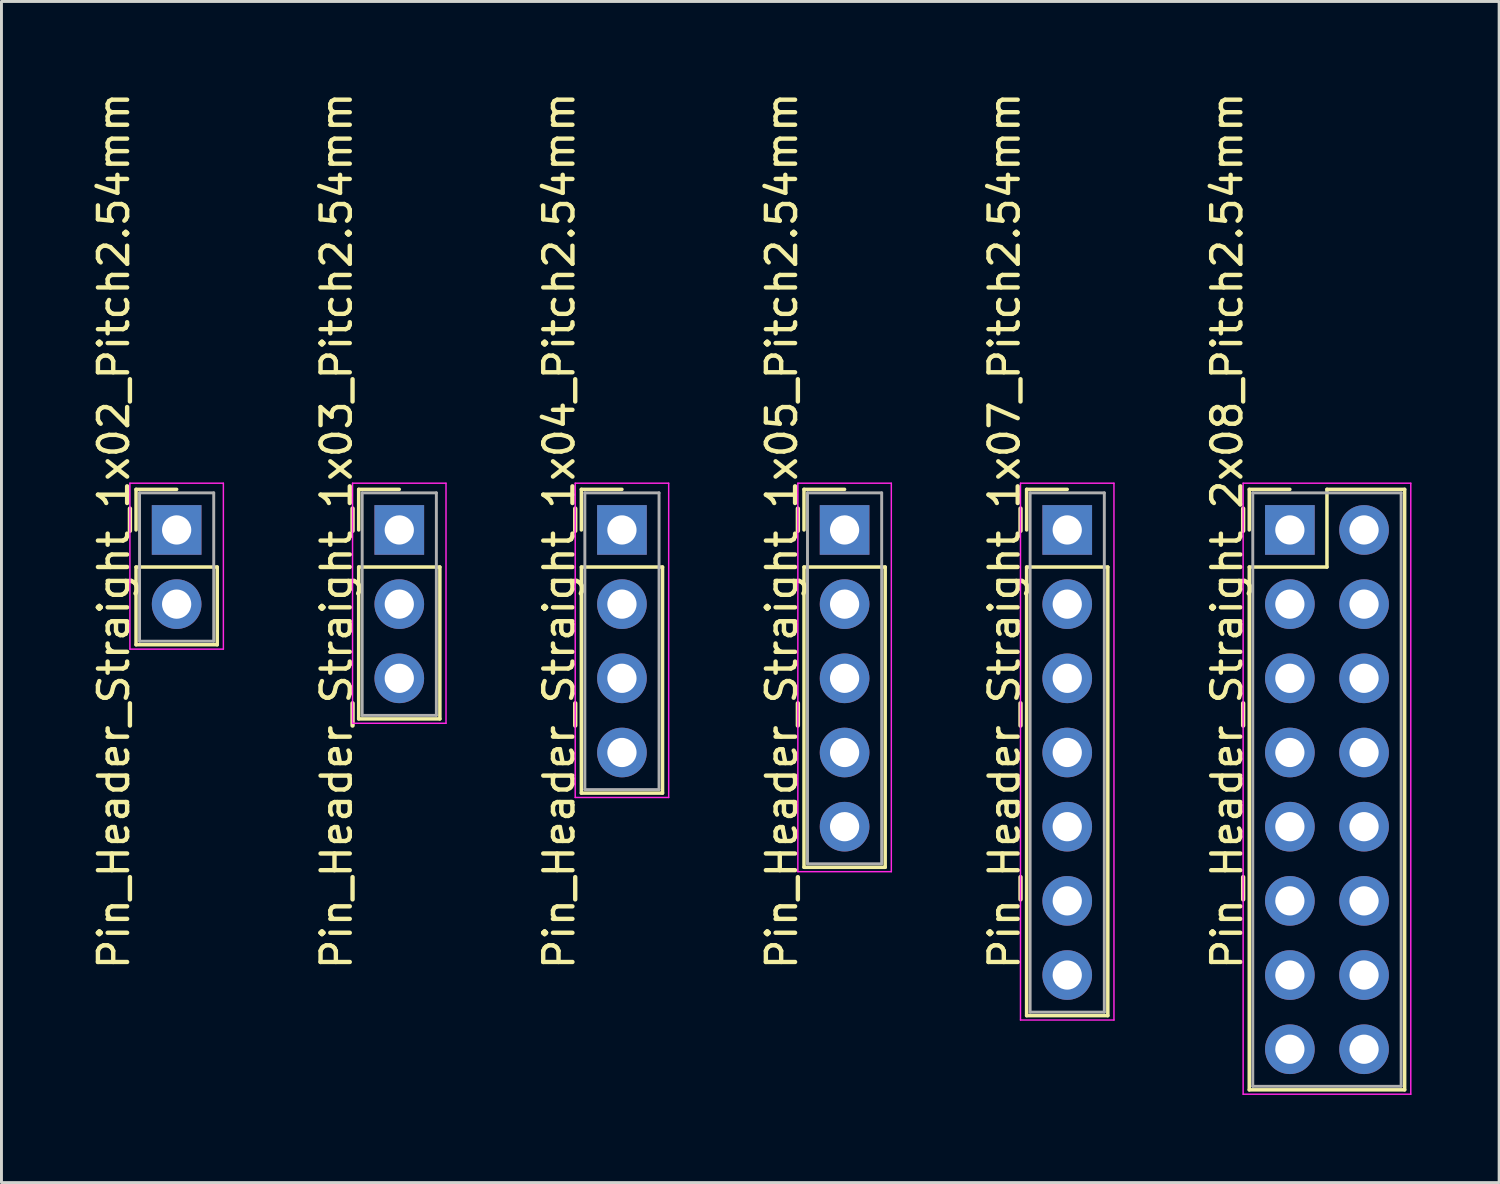
<source format=kicad_pcb>
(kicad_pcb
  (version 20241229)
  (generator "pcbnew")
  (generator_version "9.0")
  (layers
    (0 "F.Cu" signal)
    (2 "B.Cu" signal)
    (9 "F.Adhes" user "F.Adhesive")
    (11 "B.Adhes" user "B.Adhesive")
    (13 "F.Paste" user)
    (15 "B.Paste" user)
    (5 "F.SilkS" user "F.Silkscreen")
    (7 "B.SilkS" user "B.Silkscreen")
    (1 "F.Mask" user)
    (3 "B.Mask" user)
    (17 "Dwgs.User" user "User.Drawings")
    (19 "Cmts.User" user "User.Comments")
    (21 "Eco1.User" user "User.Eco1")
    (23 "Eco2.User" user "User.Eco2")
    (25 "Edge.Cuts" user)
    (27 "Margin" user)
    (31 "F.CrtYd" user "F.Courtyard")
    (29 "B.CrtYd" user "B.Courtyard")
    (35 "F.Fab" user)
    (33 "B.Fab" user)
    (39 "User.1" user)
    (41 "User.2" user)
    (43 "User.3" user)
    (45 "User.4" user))
  (footprint "Pin_Header_Straight_1x05_Pitch2.54mm"
    (layer "F.Cu")
    (at 25.868 15.095)
    (property "Reference" "Pin_Header_Straight_1x05_Pitch2.54mm" (at -2.15 0.03 90) (layer "F.SilkS") (effects (font (size 1 1) (thickness 0.15))))
    (attr through_hole)
    (fp_line (start -1.39 -1.39) (end 0 -1.39) (stroke (width 0.12) (type solid)) (layer "F.SilkS"))
    (fp_line (start -1.39 0) (end -1.39 -1.39) (stroke (width 0.12) (type solid)) (layer "F.SilkS"))
    (fp_line (start -1.39 1.27) (end -1.39 11.55) (stroke (width 0.12) (type solid)) (layer "F.SilkS"))
    (fp_line (start -1.39 11.55) (end 1.39 11.55) (stroke (width 0.12) (type solid)) (layer "F.SilkS"))
    (fp_line (start 1.39 1.27) (end -1.39 1.27) (stroke (width 0.12) (type solid)) (layer "F.SilkS"))
    (fp_line (start 1.39 11.55) (end 1.39 1.27) (stroke (width 0.12) (type solid)) (layer "F.SilkS"))
    (fp_line (start -1.6 -1.6) (end -1.6 11.7) (stroke (width 0.05) (type solid)) (layer "F.CrtYd"))
    (fp_line (start -1.6 11.7) (end 1.6 11.7) (stroke (width 0.05) (type solid)) (layer "F.CrtYd"))
    (fp_line (start 1.6 -1.6) (end -1.6 -1.6) (stroke (width 0.05) (type solid)) (layer "F.CrtYd"))
    (fp_line (start 1.6 11.7) (end 1.6 -1.6) (stroke (width 0.05) (type solid)) (layer "F.CrtYd"))
    (fp_line (start -1.27 -1.27) (end -1.27 11.43) (stroke (width 0.1) (type solid)) (layer "F.Fab"))
    (fp_line (start -1.27 11.43) (end 1.27 11.43) (stroke (width 0.1) (type solid)) (layer "F.Fab"))
    (fp_line (start 1.27 -1.27) (end -1.27 -1.27) (stroke (width 0.1) (type solid)) (layer "F.Fab"))
    (fp_line (start 1.27 11.43) (end 1.27 -1.27) (stroke (width 0.1) (type solid)) (layer "F.Fab"))
    (pad "1" thru_hole rect (at 0 0) (size 1.7 1.7) (drill 1) (layers "*.Cu" "*.Mask"))
    (pad "2" thru_hole oval (at 0 2.54) (size 1.7 1.7) (drill 1) (layers "*.Cu" "*.Mask"))
    (pad "3" thru_hole oval (at 0 5.08) (size 1.7 1.7) (drill 1) (layers "*.Cu" "*.Mask"))
    (pad "4" thru_hole oval (at 0 7.62) (size 1.7 1.7) (drill 1) (layers "*.Cu" "*.Mask"))
    (pad "5" thru_hole oval (at 0 10.16) (size 1.7 1.7) (drill 1) (layers "*.Cu" "*.Mask")))
  (footprint "Pin_Header_Straight_1x07_Pitch2.54mm"
    (layer "F.Cu")
    (at 33.491 15.095)
    (property "Reference" "Pin_Header_Straight_1x07_Pitch2.54mm" (at -2.15 0.03 90) (layer "F.SilkS") (effects (font (size 1 1) (thickness 0.15))))
    (attr through_hole)
    (fp_line (start -1.39 -1.39) (end 0 -1.39) (stroke (width 0.12) (type solid)) (layer "F.SilkS"))
    (fp_line (start -1.39 0) (end -1.39 -1.39) (stroke (width 0.12) (type solid)) (layer "F.SilkS"))
    (fp_line (start -1.39 1.27) (end -1.39 16.63) (stroke (width 0.12) (type solid)) (layer "F.SilkS"))
    (fp_line (start -1.39 16.63) (end 1.39 16.63) (stroke (width 0.12) (type solid)) (layer "F.SilkS"))
    (fp_line (start 1.39 1.27) (end -1.39 1.27) (stroke (width 0.12) (type solid)) (layer "F.SilkS"))
    (fp_line (start 1.39 16.63) (end 1.39 1.27) (stroke (width 0.12) (type solid)) (layer "F.SilkS"))
    (fp_line (start -1.6 -1.6) (end -1.6 16.78) (stroke (width 0.05) (type solid)) (layer "F.CrtYd"))
    (fp_line (start -1.6 16.78) (end 1.6 16.78) (stroke (width 0.05) (type solid)) (layer "F.CrtYd"))
    (fp_line (start 1.6 -1.6) (end -1.6 -1.6) (stroke (width 0.05) (type solid)) (layer "F.CrtYd"))
    (fp_line (start 1.6 16.78) (end 1.6 -1.6) (stroke (width 0.05) (type solid)) (layer "F.CrtYd"))
    (fp_line (start -1.27 -1.27) (end -1.27 16.51) (stroke (width 0.1) (type solid)) (layer "F.Fab"))
    (fp_line (start -1.27 16.51) (end 1.27 16.51) (stroke (width 0.1) (type solid)) (layer "F.Fab"))
    (fp_line (start 1.27 -1.27) (end -1.27 -1.27) (stroke (width 0.1) (type solid)) (layer "F.Fab"))
    (fp_line (start 1.27 16.51) (end 1.27 -1.27) (stroke (width 0.1) (type solid)) (layer "F.Fab"))
    (pad "1" thru_hole rect (at 0 0) (size 1.7 1.7) (drill 1) (layers "*.Cu" "*.Mask"))
    (pad "2" thru_hole oval (at 0 2.54) (size 1.7 1.7) (drill 1) (layers "*.Cu" "*.Mask"))
    (pad "3" thru_hole oval (at 0 5.08) (size 1.7 1.7) (drill 1) (layers "*.Cu" "*.Mask"))
    (pad "4" thru_hole oval (at 0 7.62) (size 1.7 1.7) (drill 1) (layers "*.Cu" "*.Mask"))
    (pad "5" thru_hole oval (at 0 10.16) (size 1.7 1.7) (drill 1) (layers "*.Cu" "*.Mask"))
    (pad "6" thru_hole oval (at 0 12.7) (size 1.7 1.7) (drill 1) (layers "*.Cu" "*.Mask"))
    (pad "7" thru_hole oval (at 0 15.24) (size 1.7 1.7) (drill 1) (layers "*.Cu" "*.Mask")))
  (footprint "Pin_Header_Straight_1x03_Pitch2.54mm"
    (layer "F.Cu")
    (at 10.621 15.095)
    (property "Reference" "Pin_Header_Straight_1x03_Pitch2.54mm" (at -2.15 0.03 90) (layer "F.SilkS") (effects (font (size 1 1) (thickness 0.15))))
    (attr through_hole)
    (fp_line (start -1.39 -1.39) (end 0 -1.39) (stroke (width 0.12) (type solid)) (layer "F.SilkS"))
    (fp_line (start -1.39 0) (end -1.39 -1.39) (stroke (width 0.12) (type solid)) (layer "F.SilkS"))
    (fp_line (start -1.39 1.27) (end -1.39 6.47) (stroke (width 0.12) (type solid)) (layer "F.SilkS"))
    (fp_line (start -1.39 6.47) (end 1.39 6.47) (stroke (width 0.12) (type solid)) (layer "F.SilkS"))
    (fp_line (start 1.39 1.27) (end -1.39 1.27) (stroke (width 0.12) (type solid)) (layer "F.SilkS"))
    (fp_line (start 1.39 6.47) (end 1.39 1.27) (stroke (width 0.12) (type solid)) (layer "F.SilkS"))
    (fp_line (start -1.6 -1.6) (end -1.6 6.62) (stroke (width 0.05) (type solid)) (layer "F.CrtYd"))
    (fp_line (start -1.6 6.62) (end 1.6 6.62) (stroke (width 0.05) (type solid)) (layer "F.CrtYd"))
    (fp_line (start 1.6 -1.6) (end -1.6 -1.6) (stroke (width 0.05) (type solid)) (layer "F.CrtYd"))
    (fp_line (start 1.6 6.62) (end 1.6 -1.6) (stroke (width 0.05) (type solid)) (layer "F.CrtYd"))
    (fp_line (start -1.27 -1.27) (end -1.27 6.35) (stroke (width 0.1) (type solid)) (layer "F.Fab"))
    (fp_line (start -1.27 6.35) (end 1.27 6.35) (stroke (width 0.1) (type solid)) (layer "F.Fab"))
    (fp_line (start 1.27 -1.27) (end -1.27 -1.27) (stroke (width 0.1) (type solid)) (layer "F.Fab"))
    (fp_line (start 1.27 6.35) (end 1.27 -1.27) (stroke (width 0.1) (type solid)) (layer "F.Fab"))
    (pad "1" thru_hole rect (at 0 0) (size 1.7 1.7) (drill 1) (layers "*.Cu" "*.Mask"))
    (pad "2" thru_hole oval (at 0 2.54) (size 1.7 1.7) (drill 1) (layers "*.Cu" "*.Mask"))
    (pad "3" thru_hole oval (at 0 5.08) (size 1.7 1.7) (drill 1) (layers "*.Cu" "*.Mask")))
  (footprint "Pin_Header_Straight_1x02_Pitch2.54mm"
    (layer "F.Cu")
    (at 2.998 15.095)
    (property "Reference" "Pin_Header_Straight_1x02_Pitch2.54mm" (at -2.15 0.03 90) (layer "F.SilkS") (effects (font (size 1 1) (thickness 0.15))))
    (attr through_hole)
    (fp_line (start -1.39 -1.39) (end 0 -1.39) (stroke (width 0.12) (type solid)) (layer "F.SilkS"))
    (fp_line (start -1.39 0) (end -1.39 -1.39) (stroke (width 0.12) (type solid)) (layer "F.SilkS"))
    (fp_line (start -1.39 1.27) (end -1.39 3.93) (stroke (width 0.12) (type solid)) (layer "F.SilkS"))
    (fp_line (start -1.39 3.93) (end 1.39 3.93) (stroke (width 0.12) (type solid)) (layer "F.SilkS"))
    (fp_line (start 1.39 1.27) (end -1.39 1.27) (stroke (width 0.12) (type solid)) (layer "F.SilkS"))
    (fp_line (start 1.39 3.93) (end 1.39 1.27) (stroke (width 0.12) (type solid)) (layer "F.SilkS"))
    (fp_line (start -1.6 -1.6) (end -1.6 4.08) (stroke (width 0.05) (type solid)) (layer "F.CrtYd"))
    (fp_line (start -1.6 4.08) (end 1.6 4.08) (stroke (width 0.05) (type solid)) (layer "F.CrtYd"))
    (fp_line (start 1.6 -1.6) (end -1.6 -1.6) (stroke (width 0.05) (type solid)) (layer "F.CrtYd"))
    (fp_line (start 1.6 4.08) (end 1.6 -1.6) (stroke (width 0.05) (type solid)) (layer "F.CrtYd"))
    (fp_line (start -1.27 -1.27) (end -1.27 3.81) (stroke (width 0.1) (type solid)) (layer "F.Fab"))
    (fp_line (start -1.27 3.81) (end 1.27 3.81) (stroke (width 0.1) (type solid)) (layer "F.Fab"))
    (fp_line (start 1.27 -1.27) (end -1.27 -1.27) (stroke (width 0.1) (type solid)) (layer "F.Fab"))
    (fp_line (start 1.27 3.81) (end 1.27 -1.27) (stroke (width 0.1) (type solid)) (layer "F.Fab"))
    (pad "1" thru_hole rect (at 0 0) (size 1.7 1.7) (drill 1) (layers "*.Cu" "*.Mask"))
    (pad "2" thru_hole oval (at 0 2.54) (size 1.7 1.7) (drill 1) (layers "*.Cu" "*.Mask")))
  (footprint "Pin_Header_Straight_2x08_Pitch2.54mm"
    (layer "F.Cu")
    (at 41.114 15.095)
    (property "Reference" "Pin_Header_Straight_2x08_Pitch2.54mm" (at -2.15 0.03 90) (layer "F.SilkS") (effects (font (size 1 1) (thickness 0.15))))
    (attr through_hole)
    (fp_line (start -1.39 -1.39) (end 0 -1.39) (stroke (width 0.12) (type solid)) (layer "F.SilkS"))
    (fp_line (start -1.39 0) (end -1.39 -1.39) (stroke (width 0.12) (type solid)) (layer "F.SilkS"))
    (fp_line (start -1.39 1.27) (end -1.39 19.17) (stroke (width 0.12) (type solid)) (layer "F.SilkS"))
    (fp_line (start -1.39 19.17) (end 3.93 19.17) (stroke (width 0.12) (type solid)) (layer "F.SilkS"))
    (fp_line (start 1.27 -1.39) (end 3.93 -1.39) (stroke (width 0.12) (type solid)) (layer "F.SilkS"))
    (fp_line (start 1.27 1.27) (end -1.39 1.27) (stroke (width 0.12) (type solid)) (layer "F.SilkS"))
    (fp_line (start 1.27 1.27) (end 1.27 -1.39) (stroke (width 0.12) (type solid)) (layer "F.SilkS"))
    (fp_line (start 3.93 19.17) (end 3.93 -1.39) (stroke (width 0.12) (type solid)) (layer "F.SilkS"))
    (fp_line (start -1.6 -1.6) (end -1.6 19.32) (stroke (width 0.05) (type solid)) (layer "F.CrtYd"))
    (fp_line (start -1.6 19.32) (end 4.14 19.32) (stroke (width 0.05) (type solid)) (layer "F.CrtYd"))
    (fp_line (start 4.14 -1.6) (end -1.6 -1.6) (stroke (width 0.05) (type solid)) (layer "F.CrtYd"))
    (fp_line (start 4.14 19.32) (end 4.14 -1.6) (stroke (width 0.05) (type solid)) (layer "F.CrtYd"))
    (fp_line (start -1.27 -1.27) (end -1.27 19.05) (stroke (width 0.1) (type solid)) (layer "F.Fab"))
    (fp_line (start -1.27 19.05) (end 3.81 19.05) (stroke (width 0.1) (type solid)) (layer "F.Fab"))
    (fp_line (start 3.81 -1.27) (end -1.27 -1.27) (stroke (width 0.1) (type solid)) (layer "F.Fab"))
    (fp_line (start 3.81 19.05) (end 3.81 -1.27) (stroke (width 0.1) (type solid)) (layer "F.Fab"))
    (pad "1" thru_hole rect (at 0 0) (size 1.7 1.7) (drill 1) (layers "*.Cu" "*.Mask"))
    (pad "2" thru_hole oval (at 2.54 0) (size 1.7 1.7) (drill 1) (layers "*.Cu" "*.Mask"))
    (pad "3" thru_hole oval (at 0 2.54) (size 1.7 1.7) (drill 1) (layers "*.Cu" "*.Mask"))
    (pad "4" thru_hole oval (at 2.54 2.54) (size 1.7 1.7) (drill 1) (layers "*.Cu" "*.Mask"))
    (pad "5" thru_hole oval (at 0 5.08) (size 1.7 1.7) (drill 1) (layers "*.Cu" "*.Mask"))
    (pad "6" thru_hole oval (at 2.54 5.08) (size 1.7 1.7) (drill 1) (layers "*.Cu" "*.Mask"))
    (pad "7" thru_hole oval (at 0 7.62) (size 1.7 1.7) (drill 1) (layers "*.Cu" "*.Mask"))
    (pad "8" thru_hole oval (at 2.54 7.62) (size 1.7 1.7) (drill 1) (layers "*.Cu" "*.Mask"))
    (pad "9" thru_hole oval (at 0 10.16) (size 1.7 1.7) (drill 1) (layers "*.Cu" "*.Mask"))
    (pad "10" thru_hole oval (at 2.54 10.16) (size 1.7 1.7) (drill 1) (layers "*.Cu" "*.Mask"))
    (pad "11" thru_hole oval (at 0 12.7) (size 1.7 1.7) (drill 1) (layers "*.Cu" "*.Mask"))
    (pad "12" thru_hole oval (at 2.54 12.7) (size 1.7 1.7) (drill 1) (layers "*.Cu" "*.Mask"))
    (pad "13" thru_hole oval (at 0 15.24) (size 1.7 1.7) (drill 1) (layers "*.Cu" "*.Mask"))
    (pad "14" thru_hole oval (at 2.54 15.24) (size 1.7 1.7) (drill 1) (layers "*.Cu" "*.Mask"))
    (pad "15" thru_hole oval (at 0 17.78) (size 1.7 1.7) (drill 1) (layers "*.Cu" "*.Mask"))
    (pad "16" thru_hole oval (at 2.54 17.78) (size 1.7 1.7) (drill 1) (layers "*.Cu" "*.Mask")))
  (footprint "Pin_Header_Straight_1x04_Pitch2.54mm"
    (layer "F.Cu")
    (at 18.245 15.095)
    (property "Reference" "Pin_Header_Straight_1x04_Pitch2.54mm" (at -2.15 0.03 90) (layer "F.SilkS") (effects (font (size 1 1) (thickness 0.15))))
    (attr through_hole)
    (fp_line (start -1.39 -1.39) (end 0 -1.39) (stroke (width 0.12) (type solid)) (layer "F.SilkS"))
    (fp_line (start -1.39 0) (end -1.39 -1.39) (stroke (width 0.12) (type solid)) (layer "F.SilkS"))
    (fp_line (start -1.39 1.27) (end -1.39 9.01) (stroke (width 0.12) (type solid)) (layer "F.SilkS"))
    (fp_line (start -1.39 9.01) (end 1.39 9.01) (stroke (width 0.12) (type solid)) (layer "F.SilkS"))
    (fp_line (start 1.39 1.27) (end -1.39 1.27) (stroke (width 0.12) (type solid)) (layer "F.SilkS"))
    (fp_line (start 1.39 9.01) (end 1.39 1.27) (stroke (width 0.12) (type solid)) (layer "F.SilkS"))
    (fp_line (start -1.6 -1.6) (end -1.6 9.16) (stroke (width 0.05) (type solid)) (layer "F.CrtYd"))
    (fp_line (start -1.6 9.16) (end 1.6 9.16) (stroke (width 0.05) (type solid)) (layer "F.CrtYd"))
    (fp_line (start 1.6 -1.6) (end -1.6 -1.6) (stroke (width 0.05) (type solid)) (layer "F.CrtYd"))
    (fp_line (start 1.6 9.16) (end 1.6 -1.6) (stroke (width 0.05) (type solid)) (layer "F.CrtYd"))
    (fp_line (start -1.27 -1.27) (end -1.27 8.89) (stroke (width 0.1) (type solid)) (layer "F.Fab"))
    (fp_line (start -1.27 8.89) (end 1.27 8.89) (stroke (width 0.1) (type solid)) (layer "F.Fab"))
    (fp_line (start 1.27 -1.27) (end -1.27 -1.27) (stroke (width 0.1) (type solid)) (layer "F.Fab"))
    (fp_line (start 1.27 8.89) (end 1.27 -1.27) (stroke (width 0.1) (type solid)) (layer "F.Fab"))
    (pad "1" thru_hole rect (at 0 0) (size 1.7 1.7) (drill 1) (layers "*.Cu" "*.Mask"))
    (pad "2" thru_hole oval (at 0 2.54) (size 1.7 1.7) (drill 1) (layers "*.Cu" "*.Mask"))
    (pad "3" thru_hole oval (at 0 5.08) (size 1.7 1.7) (drill 1) (layers "*.Cu" "*.Mask"))
    (pad "4" thru_hole oval (at 0 7.62) (size 1.7 1.7) (drill 1) (layers "*.Cu" "*.Mask")))
  (gr_rect
    (start -3 -3)
    (end 48.279 37.44)
    (stroke (width 0.1) (type default))
    (fill no)
    (layer "Edge.Cuts")))
</source>
